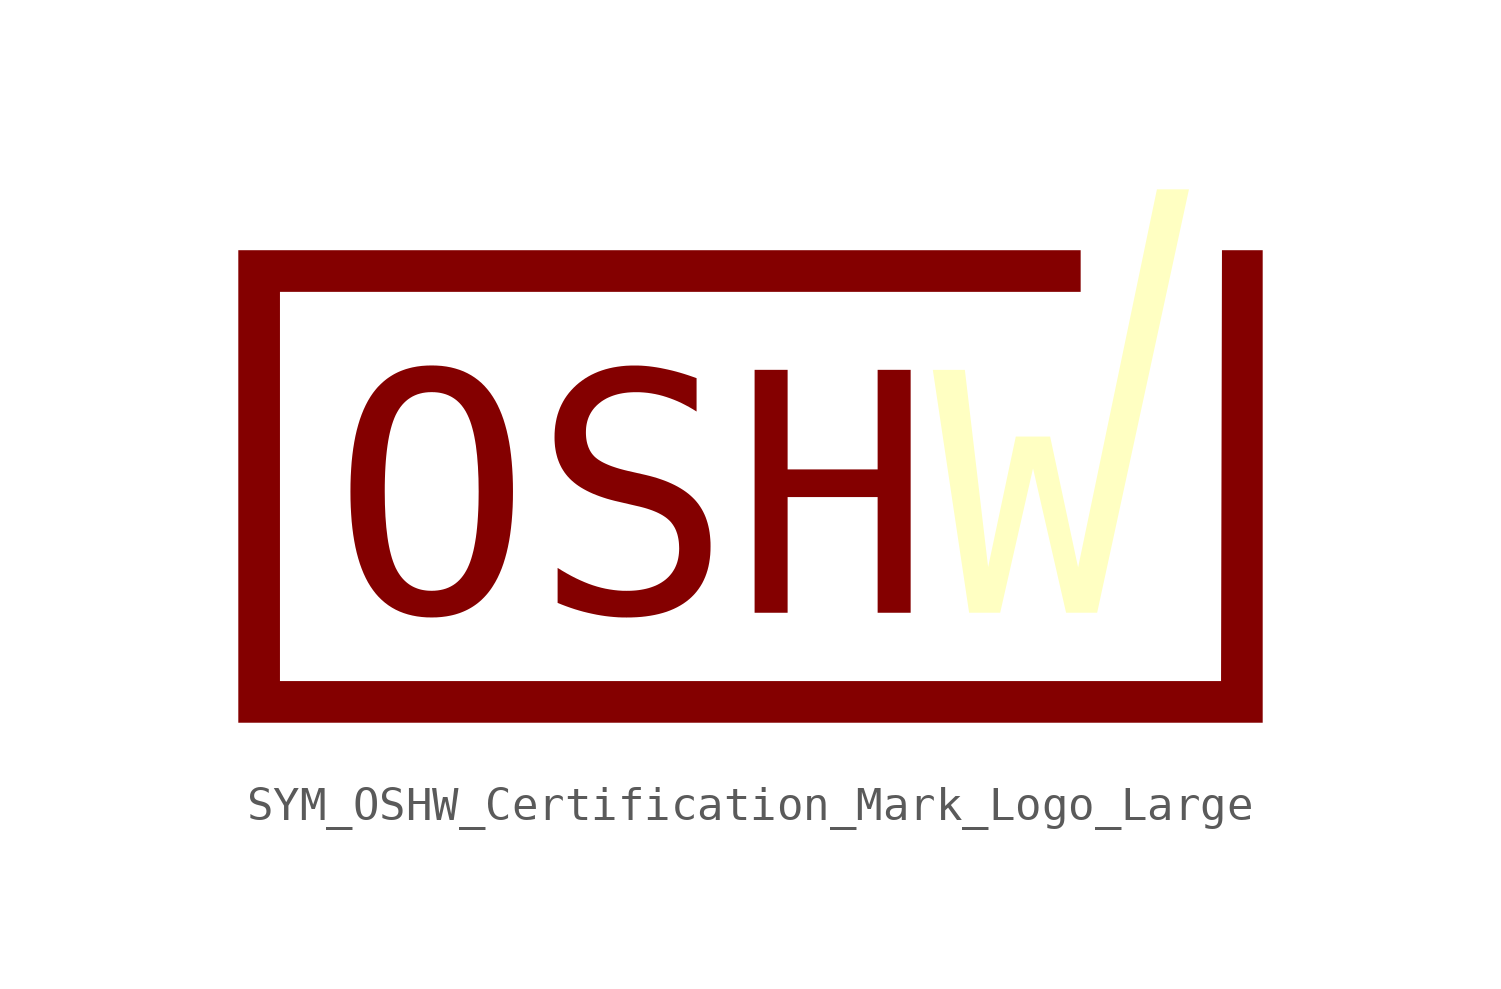
<source format=kicad_sym>
(kicad_symbol_lib
  (version 20220914)
  (generator kicad_symbol_editor)
  (symbol "SYM_OSHW_Certification_Mark_Logo_Large"
    (property "Reference" "LOGO"
      (at 0 0 0)
      (effects (font (size 1.27 1.27)) hide))
    (symbol "SYM_OSHW_Certification_Mark_Logo_Large_0_1"
      (polyline (pts (xy -6.956 -1.072) (xy -6.956 -1.072) (xy -6.956 -1.072)) (stroke (width -0.0001) (type default)) (fill (type background)))
      (polyline (pts (xy -1.579 2.248) (xy -1.579 2.248) (xy -1.579 2.248)) (stroke (width -0.0001) (type default)) (fill (type background)))
      (polyline (pts (xy 10.152 -4.622) (xy 9.242 -4.622) (xy 8.274 -0.396) (xy 7.312 -4.622) (xy 6.402 -4.622) (xy 5.339 2.492) (xy 6.278 2.492) (xy 6.959 -3.283) (xy 7.769 0.538) (xy 8.775 0.538) (xy 9.594 -3.293) (xy 11.902 7.778) (xy 12.841 7.778)) (stroke (width -0.0001) (type default)) (fill (type background))))
    (symbol "SYM_OSHW_Certification_Mark_Logo_Large_1_1"
      (polyline (pts (xy 15 -7.843) (xy -15 -7.843) (xy -15 5.995) (xy -15 5.995) (xy 9.669 5.995) (xy 9.669 4.775) (xy -13.78 4.775) (xy -13.78 -6.623) (xy 13.78 -6.623) (xy 13.807 5.995) (xy 15 5.995)) (stroke (width -0.0001) (type default)) (fill (type outline)))
      (polyline (pts (xy 1.087 -0.424) (xy 3.723 -0.424) (xy 3.723 2.492) (xy 4.69 2.492) (xy 4.69 -4.622) (xy 3.723 -4.622) (xy 3.723 -1.234) (xy 1.087 -1.234) (xy 1.087 -4.622) (xy 0.12 -4.622) (xy 0.12 2.492) (xy 1.087 2.492)) (stroke (width -0.0001) (type default)) (fill (type outline)))
      (polyline (pts (xy -9.19 2.617) (xy -9.047 2.607) (xy -8.908 2.589) (xy -8.774 2.564) (xy -8.645 2.531) (xy -8.521 2.492) (xy -8.402 2.446) (xy -8.288 2.392) (xy -8.178 2.331) (xy -8.073 2.263) (xy -7.973 2.188) (xy -7.878 2.106) (xy -7.788 2.017) (xy -7.703 1.92) (xy -7.622 1.817) (xy -7.547 1.706) (xy -7.475 1.588) (xy -7.408 1.462) (xy -7.346 1.329) (xy -7.288 1.189) (xy -7.235 1.042) (xy -7.187 0.886) (xy -7.143 0.724) (xy -7.104 0.554) (xy -7.069 0.377) (xy -7.039 0.192) (xy -7.014 -0.0003) (xy -6.993 -0.2) (xy -6.977 -0.407) (xy -6.965 -0.621) (xy -6.958 -0.843) (xy -6.956 -1.072) (xy -6.958 -1.301) (xy -6.965 -1.522) (xy -6.977 -1.736) (xy -6.993 -1.942) (xy -7.014 -2.141) (xy -7.039 -2.333) (xy -7.069 -2.518) (xy -7.104 -2.695) (xy -7.143 -2.864) (xy -7.187 -3.026) (xy -7.235 -3.181) (xy -7.288 -3.329) (xy -7.346 -3.469) (xy -7.408 -3.602) (xy -7.475 -3.727) (xy -7.547 -3.845) (xy -7.584 -3.902) (xy -7.622 -3.956) (xy -7.662 -4.009) (xy -7.703 -4.06) (xy -7.745 -4.109) (xy -7.788 -4.156) (xy -7.833 -4.202) (xy -7.878 -4.246) (xy -7.925 -4.288) (xy -7.973 -4.328) (xy -8.023 -4.366) (xy -8.073 -4.403) (xy -8.125 -4.438) (xy -8.178 -4.471) (xy -8.232 -4.502) (xy -8.288 -4.532) (xy -8.344 -4.559) (xy -8.402 -4.585) (xy -8.461 -4.609) (xy -8.521 -4.632) (xy -8.583 -4.652) (xy -8.645 -4.671) (xy -8.709 -4.688) (xy -8.774 -4.703) (xy -8.841 -4.716) (xy -8.908 -4.728) (xy -9.047 -4.746) (xy -9.19 -4.757) (xy -9.338 -4.76) (xy -9.487 -4.757) (xy -9.63 -4.746) (xy -9.769 -4.728) (xy -9.902 -4.703) (xy -10.031 -4.671) (xy -10.155 -4.632) (xy -10.275 -4.586) (xy -10.389 -4.533) (xy -10.499 -4.472) (xy -10.603 -4.405) (xy -10.703 -4.33) (xy -10.798 -4.248) (xy -10.889 -4.159) (xy -10.974 -4.063) (xy -11.054 -3.96) (xy -11.13 -3.85) (xy -11.201 -3.733) (xy -11.267 -3.608) (xy -11.329 -3.475) (xy -11.386 -3.335) (xy -11.439 -3.188) (xy -11.487 -3.033) (xy -11.531 -2.87) (xy -11.57 -2.7) (xy -11.604 -2.523) (xy -11.634 -2.338) (xy -11.659 -2.146) (xy -11.68 -1.946) (xy -11.695 -1.739) (xy -11.707 -1.524) (xy -11.714 -1.302) (xy -11.716 -1.072) (xy -10.711 -1.072) (xy -10.706 -1.449) (xy -10.691 -1.798) (xy -10.666 -2.119) (xy -10.631 -2.412) (xy -10.61 -2.549) (xy -10.586 -2.678) (xy -10.56 -2.8) (xy -10.531 -2.915) (xy -10.5 -3.024) (xy -10.466 -3.125) (xy -10.43 -3.219) (xy -10.392 -3.307) (xy -10.349 -3.388) (xy -10.327 -3.427) (xy -10.304 -3.464) (xy -10.28 -3.5) (xy -10.256 -3.535) (xy -10.23 -3.569) (xy -10.204 -3.601) (xy -10.177 -3.632) (xy -10.149 -3.661) (xy -10.121 -3.689) (xy -10.091 -3.716) (xy -10.061 -3.742) (xy -10.03 -3.766) (xy -9.999 -3.789) (xy -9.966 -3.811) (xy -9.933 -3.831) (xy -9.899 -3.85) (xy -9.864 -3.868) (xy -9.828 -3.884) (xy -9.792 -3.899) (xy -9.755 -3.913) (xy -9.716 -3.926) (xy -9.678 -3.937) (xy -9.638 -3.947) (xy -9.598 -3.955) (xy -9.556 -3.962) (xy -9.514 -3.968) (xy -9.472 -3.973) (xy -9.428 -3.976) (xy -9.338 -3.979) (xy -9.248 -3.976) (xy -9.161 -3.968) (xy -9.078 -3.955) (xy -8.997 -3.937) (xy -8.92 -3.914) (xy -8.846 -3.885) (xy -8.776 -3.851) (xy -8.708 -3.812) (xy -8.644 -3.768) (xy -8.583 -3.718) (xy -8.525 -3.663) (xy -8.471 -3.603) (xy -8.42 -3.538) (xy -8.372 -3.468) (xy -8.327 -3.392) (xy -8.285 -3.312) (xy -8.246 -3.224) (xy -8.209 -3.13) (xy -8.175 -3.028) (xy -8.144 -2.92) (xy -8.114 -2.804) (xy -8.088 -2.682) (xy -8.064 -2.552) (xy -8.042 -2.416) (xy -8.023 -2.272) (xy -8.007 -2.122) (xy -7.993 -1.964) (xy -7.982 -1.8) (xy -7.973 -1.628) (xy -7.966 -1.45) (xy -7.963 -1.264) (xy -7.961 -1.072) (xy -7.966 -0.694) (xy -7.982 -0.344) (xy -8.007 -0.022) (xy -8.042 0.272) (xy -8.064 0.408) (xy -8.088 0.538) (xy -8.114 0.66) (xy -8.144 0.776) (xy -8.175 0.884) (xy -8.209 0.986) (xy -8.246 1.08) (xy -8.285 1.167) (xy -8.327 1.249) (xy -8.349 1.288) (xy -8.372 1.325) (xy -8.395 1.361) (xy -8.42 1.396) (xy -8.445 1.429) (xy -8.471 1.462) (xy -8.498 1.492) (xy -8.525 1.522) (xy -8.554 1.55) (xy -8.583 1.577) (xy -8.613 1.603) (xy -8.644 1.627) (xy -8.676 1.65) (xy -8.708 1.671) (xy -8.742 1.692) (xy -8.776 1.711) (xy -8.811 1.728) (xy -8.846 1.745) (xy -8.883 1.76) (xy -8.92 1.774) (xy -8.958 1.786) (xy -8.997 1.797) (xy -9.037 1.807) (xy -9.078 1.816) (xy -9.119 1.823) (xy -9.161 1.829) (xy -9.204 1.833) (xy -9.248 1.837) (xy -9.338 1.839) (xy -9.428 1.837) (xy -9.514 1.829) (xy -9.598 1.816) (xy -9.678 1.797) (xy -9.755 1.774) (xy -9.828 1.745) (xy -9.899 1.711) (xy -9.966 1.671) (xy -10.03 1.627) (xy -10.091 1.577) (xy -10.149 1.522) (xy -10.204 1.462) (xy -10.256 1.396) (xy -10.304 1.325) (xy -10.349 1.249) (xy -10.392 1.167) (xy -10.43 1.08) (xy -10.466 0.986) (xy -10.5 0.884) (xy -10.531 0.776) (xy -10.56 0.66) (xy -10.586 0.538) (xy -10.61 0.408) (xy -10.631 0.272) (xy -10.65 0.128) (xy -10.666 -0.022) (xy -10.68 -0.18) (xy -10.691 -0.344) (xy -10.7 -0.516) (xy -10.706 -0.694) (xy -10.71 -0.88) (xy -10.711 -1.072) (xy -11.716 -1.072) (xy -11.716 -1.072) (xy -11.714 -0.843) (xy -11.707 -0.621) (xy -11.695 -0.407) (xy -11.68 -0.2) (xy -11.659 -0.0003) (xy -11.634 0.192) (xy -11.604 0.377) (xy -11.57 0.554) (xy -11.531 0.724) (xy -11.487 0.886) (xy -11.439 1.042) (xy -11.386 1.189) (xy -11.329 1.329) (xy -11.267 1.462) (xy -11.201 1.588) (xy -11.13 1.706) (xy -11.092 1.762) (xy -11.054 1.817) (xy -11.014 1.869) (xy -10.973 1.92) (xy -10.931 1.97) (xy -10.887 2.017) (xy -10.842 2.062) (xy -10.796 2.106) (xy -10.749 2.148) (xy -10.701 2.188) (xy -10.652 2.227) (xy -10.601 2.263) (xy -10.549 2.298) (xy -10.496 2.331) (xy -10.442 2.363) (xy -10.387 2.392) (xy -10.33 2.42) (xy -10.272 2.446) (xy -10.213 2.47) (xy -10.153 2.492) (xy -10.092 2.513) (xy -10.029 2.531) (xy -9.966 2.548) (xy -9.901 2.564) (xy -9.767 2.589) (xy -9.629 2.607) (xy -9.486 2.617) (xy -9.338 2.621)) (stroke (width -0.0001) (type default)) (fill (type outline)))
      (polyline (pts (xy -3.292 2.618) (xy -3.187 2.614) (xy -3.082 2.606) (xy -2.974 2.596) (xy -2.866 2.582) (xy -2.756 2.566) (xy -2.645 2.547) (xy -2.533 2.524) (xy -2.419 2.5) (xy -2.303 2.473) (xy -2.186 2.443) (xy -2.068 2.41) (xy -1.948 2.374) (xy -1.827 2.335) (xy -1.704 2.293) (xy -1.579 2.248) (xy -1.579 1.271) (xy -1.689 1.339) (xy -1.799 1.403) (xy -1.909 1.462) (xy -2.019 1.518) (xy -2.129 1.569) (xy -2.24 1.615) (xy -2.35 1.657) (xy -2.461 1.695) (xy -2.571 1.729) (xy -2.681 1.758) (xy -2.791 1.782) (xy -2.902 1.802) (xy -3.013 1.818) (xy -3.124 1.829) (xy -3.236 1.836) (xy -3.347 1.838) (xy -3.431 1.837) (xy -3.513 1.833) (xy -3.593 1.827) (xy -3.67 1.818) (xy -3.745 1.807) (xy -3.818 1.793) (xy -3.889 1.777) (xy -3.957 1.758) (xy -4.023 1.737) (xy -4.087 1.713) (xy -4.149 1.687) (xy -4.209 1.659) (xy -4.266 1.627) (xy -4.321 1.594) (xy -4.374 1.558) (xy -4.424 1.519) (xy -4.472 1.479) (xy -4.517 1.437) (xy -4.559 1.393) (xy -4.597 1.348) (xy -4.633 1.3) (xy -4.665 1.252) (xy -4.694 1.201) (xy -4.721 1.148) (xy -4.744 1.094) (xy -4.764 1.038) (xy -4.781 0.981) (xy -4.795 0.921) (xy -4.806 0.86) (xy -4.814 0.797) (xy -4.818 0.732) (xy -4.82 0.666) (xy -4.819 0.608) (xy -4.816 0.551) (xy -4.811 0.497) (xy -4.804 0.444) (xy -4.795 0.393) (xy -4.784 0.344) (xy -4.77 0.296) (xy -4.755 0.25) (xy -4.738 0.206) (xy -4.719 0.164) (xy -4.698 0.123) (xy -4.675 0.084) (xy -4.65 0.047) (xy -4.623 0.012) (xy -4.593 -0.022) (xy -4.562 -0.054) (xy -4.528 -0.084) (xy -4.49 -0.114) (xy -4.448 -0.144) (xy -4.403 -0.172) (xy -4.355 -0.201) (xy -4.303 -0.228) (xy -4.247 -0.255) (xy -4.188 -0.281) (xy -4.126 -0.307) (xy -4.06 -0.332) (xy -3.99 -0.356) (xy -3.917 -0.38) (xy -3.841 -0.403) (xy -3.761 -0.425) (xy -3.677 -0.447) (xy -3.59 -0.468) (xy -3.085 -0.583) (xy -2.962 -0.613) (xy -2.844 -0.645) (xy -2.729 -0.679) (xy -2.619 -0.716) (xy -2.513 -0.754) (xy -2.411 -0.795) (xy -2.314 -0.838) (xy -2.22 -0.883) (xy -2.131 -0.93) (xy -2.047 -0.979) (xy -1.966 -1.03) (xy -1.89 -1.083) (xy -1.818 -1.138) (xy -1.75 -1.196) (xy -1.687 -1.255) (xy -1.627 -1.316) (xy -1.572 -1.38) (xy -1.52 -1.447) (xy -1.472 -1.517) (xy -1.427 -1.589) (xy -1.386 -1.664) (xy -1.348 -1.742) (xy -1.314 -1.823) (xy -1.284 -1.907) (xy -1.257 -1.994) (xy -1.234 -2.083) (xy -1.214 -2.175) (xy -1.198 -2.271) (xy -1.186 -2.369) (xy -1.177 -2.469) (xy -1.171 -2.573) (xy -1.17 -2.679) (xy -1.172 -2.804) (xy -1.179 -2.925) (xy -1.192 -3.043) (xy -1.209 -3.156) (xy -1.231 -3.267) (xy -1.258 -3.373) (xy -1.29 -3.475) (xy -1.327 -3.574) (xy -1.369 -3.669) (xy -1.415 -3.76) (xy -1.467 -3.847) (xy -1.524 -3.931) (xy -1.585 -4.011) (xy -1.651 -4.087) (xy -1.722 -4.159) (xy -1.799 -4.228) (xy -1.879 -4.292) (xy -1.965 -4.353) (xy -2.055 -4.409) (xy -2.149 -4.461) (xy -2.248 -4.509) (xy -2.351 -4.553) (xy -2.458 -4.593) (xy -2.571 -4.628) (xy -2.687 -4.659) (xy -2.808 -4.686) (xy -2.934 -4.709) (xy -3.064 -4.728) (xy -3.198 -4.743) (xy -3.337 -4.753) (xy -3.481 -4.759) (xy -3.628 -4.761) (xy -3.754 -4.76) (xy -3.879 -4.755) (xy -4.004 -4.746) (xy -4.13 -4.734) (xy -4.256 -4.719) (xy -4.382 -4.7) (xy -4.508 -4.678) (xy -4.634 -4.652) (xy -4.76 -4.624) (xy -4.887 -4.593) (xy -5.013 -4.558) (xy -5.14 -4.52) (xy -5.267 -4.478) (xy -5.394 -4.433) (xy -5.521 -4.385) (xy -5.649 -4.333) (xy -5.649 -3.308) (xy -5.513 -3.392) (xy -5.379 -3.47) (xy -5.247 -3.543) (xy -5.116 -3.61) (xy -4.988 -3.67) (xy -4.862 -3.725) (xy -4.737 -3.775) (xy -4.615 -3.818) (xy -4.492 -3.856) (xy -4.369 -3.889) (xy -4.246 -3.917) (xy -4.123 -3.939) (xy -3.999 -3.957) (xy -3.876 -3.97) (xy -3.752 -3.978) (xy -3.628 -3.98) (xy -3.539 -3.979) (xy -3.451 -3.975) (xy -3.366 -3.969) (xy -3.284 -3.96) (xy -3.204 -3.948) (xy -3.127 -3.934) (xy -3.053 -3.918) (xy -2.98 -3.899) (xy -2.911 -3.877) (xy -2.844 -3.853) (xy -2.779 -3.827) (xy -2.717 -3.798) (xy -2.658 -3.766) (xy -2.601 -3.732) (xy -2.546 -3.695) (xy -2.494 -3.656) (xy -2.445 -3.614) (xy -2.399 -3.57) (xy -2.357 -3.524) (xy -2.317 -3.475) (xy -2.281 -3.425) (xy -2.248 -3.373) (xy -2.217 -3.319) (xy -2.191 -3.263) (xy -2.167 -3.205) (xy -2.146 -3.144) (xy -2.129 -3.082) (xy -2.115 -3.018) (xy -2.104 -2.952) (xy -2.096 -2.884) (xy -2.091 -2.813) (xy -2.089 -2.741) (xy -2.091 -2.675) (xy -2.094 -2.612) (xy -2.099 -2.55) (xy -2.107 -2.49) (xy -2.117 -2.432) (xy -2.129 -2.376) (xy -2.143 -2.322) (xy -2.16 -2.271) (xy -2.178 -2.221) (xy -2.199 -2.173) (xy -2.222 -2.127) (xy -2.248 -2.083) (xy -2.275 -2.041) (xy -2.305 -2.001) (xy -2.336 -1.962) (xy -2.37 -1.926) (xy -2.407 -1.892) (xy -2.446 -1.858) (xy -2.489 -1.825) (xy -2.535 -1.794) (xy -2.584 -1.763) (xy -2.636 -1.734) (xy -2.692 -1.705) (xy -2.751 -1.677) (xy -2.813 -1.651) (xy -2.878 -1.625) (xy -2.946 -1.601) (xy -3.018 -1.577) (xy -3.093 -1.554) (xy -3.171 -1.533) (xy -3.253 -1.512) (xy -3.338 -1.493) (xy -3.852 -1.373) (xy -3.974 -1.345) (xy -4.092 -1.314) (xy -4.205 -1.282) (xy -4.314 -1.247) (xy -4.419 -1.211) (xy -4.519 -1.173) (xy -4.616 -1.134) (xy -4.708 -1.092) (xy -4.795 -1.049) (xy -4.879 -1.004) (xy -4.958 -0.958) (xy -5.034 -0.909) (xy -5.104 -0.859) (xy -5.171 -0.806) (xy -5.233 -0.753) (xy -5.291 -0.697) (xy -5.346 -0.639) (xy -5.396 -0.579) (xy -5.444 -0.516) (xy -5.487 -0.451) (xy -5.528 -0.384) (xy -5.564 -0.314) (xy -5.598 -0.241) (xy -5.627 -0.167) (xy -5.654 -0.09) (xy -5.676 -0.01) (xy -5.696 0.072) (xy -5.711 0.156) (xy -5.724 0.243) (xy -5.732 0.332) (xy -5.738 0.424) (xy -5.739 0.518) (xy -5.737 0.636) (xy -5.729 0.75) (xy -5.717 0.862) (xy -5.699 0.971) (xy -5.677 1.077) (xy -5.65 1.179) (xy -5.617 1.279) (xy -5.58 1.376) (xy -5.537 1.47) (xy -5.49 1.56) (xy -5.438 1.648) (xy -5.38 1.733) (xy -5.318 1.815) (xy -5.25 1.894) (xy -5.178 1.97) (xy -5.101 2.043) (xy -5.019 2.113) (xy -4.933 2.178) (xy -4.845 2.239) (xy -4.753 2.295) (xy -4.658 2.347) (xy -4.559 2.394) (xy -4.458 2.437) (xy -4.353 2.475) (xy -4.244 2.509) (xy -4.133 2.538) (xy -4.018 2.563) (xy -3.9 2.583) (xy -3.779 2.599) (xy -3.654 2.611) (xy -3.526 2.617) (xy -3.395 2.619)) (stroke (width -0.0001) (type default)) (fill (type outline))))))
</source>
